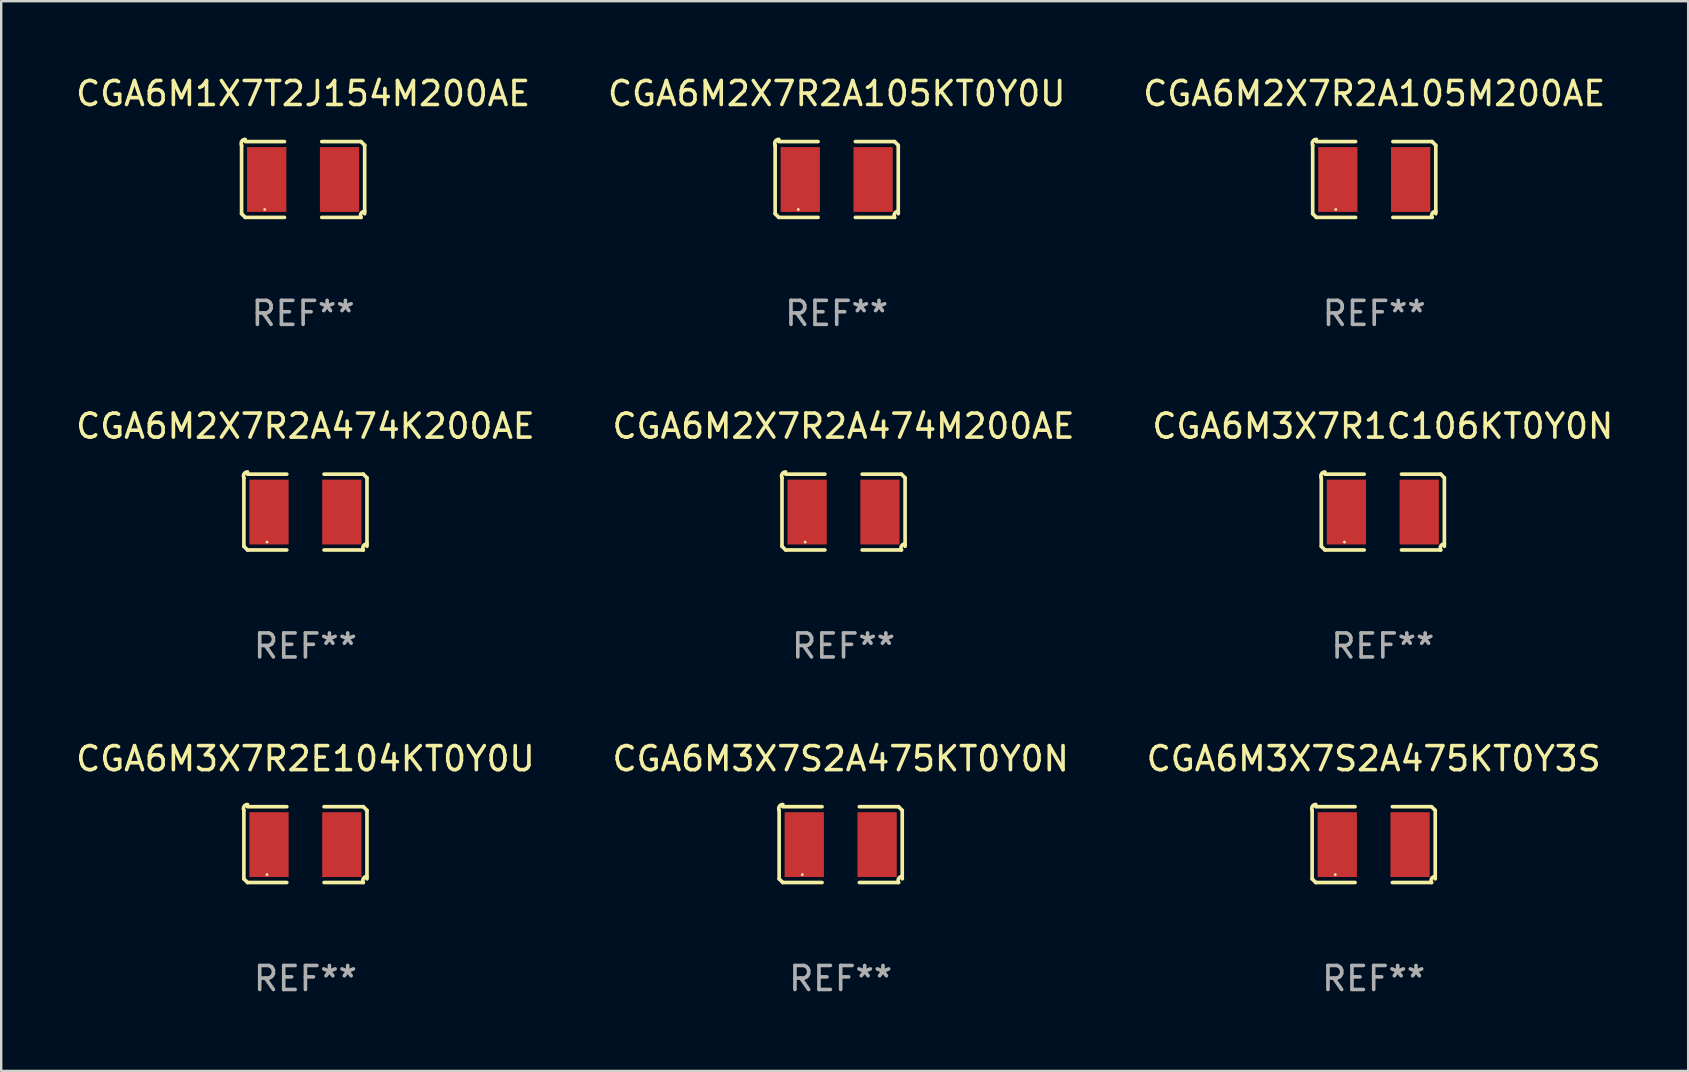
<source format=kicad_pcb>
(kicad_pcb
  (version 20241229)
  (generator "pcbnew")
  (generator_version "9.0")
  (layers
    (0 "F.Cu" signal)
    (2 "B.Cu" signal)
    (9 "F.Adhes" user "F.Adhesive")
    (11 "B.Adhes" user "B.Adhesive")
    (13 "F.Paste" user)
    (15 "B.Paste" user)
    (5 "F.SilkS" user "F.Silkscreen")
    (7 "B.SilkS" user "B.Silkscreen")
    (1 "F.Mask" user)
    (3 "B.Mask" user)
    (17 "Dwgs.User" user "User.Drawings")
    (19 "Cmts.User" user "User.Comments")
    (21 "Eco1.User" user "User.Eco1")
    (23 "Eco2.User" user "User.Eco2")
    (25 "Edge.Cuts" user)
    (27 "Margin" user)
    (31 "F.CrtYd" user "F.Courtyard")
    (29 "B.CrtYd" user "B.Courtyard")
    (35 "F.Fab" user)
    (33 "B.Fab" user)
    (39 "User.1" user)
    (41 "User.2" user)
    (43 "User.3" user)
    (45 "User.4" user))
  (footprint "CGA6M3X7S2A475KT0Y3S"
    (layer "F.Cu")
    (at 54.173 32.134)
    (property "Reference" "CGA6M3X7S2A475KT0Y3S" (at 0 -3.579 0) (layer "F.SilkS") (effects (font (size 1 1) (thickness 0.15))))
    (attr through_hole)
    (fp_line (start -2.564 1.426) (end -2.564 -1.426) (stroke (width 0.152) (type solid)) (layer "F.SilkS"))
    (fp_line (start -2.411 -1.579) (end -0.776 -1.579) (stroke (width 0.152) (type solid)) (layer "F.SilkS"))
    (fp_line (start -0.776 1.579) (end -2.411 1.579) (stroke (width 0.152) (type solid)) (layer "F.SilkS"))
    (fp_line (start 0.776 1.579) (end 2.411 1.579) (stroke (width 0.152) (type solid)) (layer "F.SilkS"))
    (fp_line (start 2.411 -1.579) (end 0.776 -1.579) (stroke (width 0.152) (type solid)) (layer "F.SilkS"))
    (fp_line (start 2.564 1.426) (end 2.564 -1.426) (stroke (width 0.152) (type solid)) (layer "F.SilkS"))
    (fp_arc (start -2.563602 -1.426213) (mid -2.555597 -1.591233) (end -2.411201 -1.671518) (stroke (width 0.1524) (type solid)) (layer "F.SilkS"))
    (fp_arc (start -2.5636 1.426214) (mid -2.487389 1.502402) (end -2.411201 1.578613) (stroke (width 0.1524) (type solid)) (layer "F.SilkS"))
    (fp_arc (start 2.411197 -1.578618) (mid 2.487403 -1.502419) (end 2.563602 -1.426213) (stroke (width 0.1524) (type solid)) (layer "F.SilkS"))
    (fp_arc (start 2.411201 1.578613) (mid 2.416214 1.409455) (end 2.563602 1.32629) (stroke (width 0.1524) (type solid)) (layer "F.SilkS"))
    (fp_circle (center -1.6 1.25) (end -1.57 1.25) (stroke (width 0.06) (type solid)) (fill no) (layer "F.SilkS"))
    (fp_text user "REF**" (at 0 5.579 0) (layer "F.Fab") (effects (font (size 1 1) (thickness 0.15))))
    (pad "1" smd rect (at -1.517 0) (size 1.635 2.7) (layers "F.Cu" "F.Mask" "F.Paste"))
    (pad "2" smd rect (at 1.517 0) (size 1.635 2.7) (layers "F.Cu" "F.Mask" "F.Paste")))
  (footprint "CGA6M3X7R1C106KT0Y0N"
    (layer "F.Cu")
    (at 54.554 18.281)
    (property "Reference" "CGA6M3X7R1C106KT0Y0N" (at 0 -3.579 0) (layer "F.SilkS") (effects (font (size 1 1) (thickness 0.15))))
    (attr through_hole)
    (fp_line (start -2.564 1.426) (end -2.564 -1.426) (stroke (width 0.152) (type solid)) (layer "F.SilkS"))
    (fp_line (start -2.411 -1.579) (end -0.776 -1.579) (stroke (width 0.152) (type solid)) (layer "F.SilkS"))
    (fp_line (start -0.776 1.579) (end -2.411 1.579) (stroke (width 0.152) (type solid)) (layer "F.SilkS"))
    (fp_line (start 0.776 1.579) (end 2.411 1.579) (stroke (width 0.152) (type solid)) (layer "F.SilkS"))
    (fp_line (start 2.411 -1.579) (end 0.776 -1.579) (stroke (width 0.152) (type solid)) (layer "F.SilkS"))
    (fp_line (start 2.564 1.426) (end 2.564 -1.426) (stroke (width 0.152) (type solid)) (layer "F.SilkS"))
    (fp_arc (start -2.563602 -1.426213) (mid -2.555597 -1.591233) (end -2.411201 -1.671518) (stroke (width 0.1524) (type solid)) (layer "F.SilkS"))
    (fp_arc (start -2.5636 1.426214) (mid -2.487389 1.502402) (end -2.411201 1.578613) (stroke (width 0.1524) (type solid)) (layer "F.SilkS"))
    (fp_arc (start 2.411197 -1.578618) (mid 2.487403 -1.502419) (end 2.563602 -1.426213) (stroke (width 0.1524) (type solid)) (layer "F.SilkS"))
    (fp_arc (start 2.411201 1.578613) (mid 2.416214 1.409455) (end 2.563602 1.32629) (stroke (width 0.1524) (type solid)) (layer "F.SilkS"))
    (fp_circle (center -1.6 1.25) (end -1.57 1.25) (stroke (width 0.06) (type solid)) (fill no) (layer "F.SilkS"))
    (fp_text user "REF**" (at 0 5.579 0) (layer "F.Fab") (effects (font (size 1 1) (thickness 0.15))))
    (pad "1" smd rect (at -1.517 0) (size 1.635 2.7) (layers "F.Cu" "F.Mask" "F.Paste"))
    (pad "2" smd rect (at 1.517 0) (size 1.635 2.7) (layers "F.Cu" "F.Mask" "F.Paste")))
  (footprint "CGA6M2X7R2A474K200AE"
    (layer "F.Cu")
    (at 9.673 18.281)
    (property "Reference" "CGA6M2X7R2A474K200AE" (at 0 -3.579 0) (layer "F.SilkS") (effects (font (size 1 1) (thickness 0.15))))
    (attr through_hole)
    (fp_line (start -2.564 1.426) (end -2.564 -1.426) (stroke (width 0.152) (type solid)) (layer "F.SilkS"))
    (fp_line (start -2.411 -1.579) (end -0.776 -1.579) (stroke (width 0.152) (type solid)) (layer "F.SilkS"))
    (fp_line (start -0.776 1.579) (end -2.411 1.579) (stroke (width 0.152) (type solid)) (layer "F.SilkS"))
    (fp_line (start 0.776 1.579) (end 2.411 1.579) (stroke (width 0.152) (type solid)) (layer "F.SilkS"))
    (fp_line (start 2.411 -1.579) (end 0.776 -1.579) (stroke (width 0.152) (type solid)) (layer "F.SilkS"))
    (fp_line (start 2.564 1.426) (end 2.564 -1.426) (stroke (width 0.152) (type solid)) (layer "F.SilkS"))
    (fp_arc (start -2.563602 -1.426213) (mid -2.555597 -1.591233) (end -2.411201 -1.671518) (stroke (width 0.1524) (type solid)) (layer "F.SilkS"))
    (fp_arc (start -2.5636 1.426214) (mid -2.487389 1.502402) (end -2.411201 1.578613) (stroke (width 0.1524) (type solid)) (layer "F.SilkS"))
    (fp_arc (start 2.411197 -1.578618) (mid 2.487403 -1.502419) (end 2.563602 -1.426213) (stroke (width 0.1524) (type solid)) (layer "F.SilkS"))
    (fp_arc (start 2.411201 1.578613) (mid 2.416214 1.409455) (end 2.563602 1.32629) (stroke (width 0.1524) (type solid)) (layer "F.SilkS"))
    (fp_circle (center -1.6 1.25) (end -1.57 1.25) (stroke (width 0.06) (type solid)) (fill no) (layer "F.SilkS"))
    (fp_text user "REF**" (at 0 5.579 0) (layer "F.Fab") (effects (font (size 1 1) (thickness 0.15))))
    (pad "1" smd rect (at -1.517 0) (size 1.635 2.7) (layers "F.Cu" "F.Mask" "F.Paste"))
    (pad "2" smd rect (at 1.517 0) (size 1.635 2.7) (layers "F.Cu" "F.Mask" "F.Paste")))
  (footprint "CGA6M3X7S2A475KT0Y0N"
    (layer "F.Cu")
    (at 31.97 32.134)
    (property "Reference" "CGA6M3X7S2A475KT0Y0N" (at 0 -3.579 0) (layer "F.SilkS") (effects (font (size 1 1) (thickness 0.15))))
    (attr through_hole)
    (fp_line (start -2.564 1.426) (end -2.564 -1.426) (stroke (width 0.152) (type solid)) (layer "F.SilkS"))
    (fp_line (start -2.411 -1.579) (end -0.776 -1.579) (stroke (width 0.152) (type solid)) (layer "F.SilkS"))
    (fp_line (start -0.776 1.579) (end -2.411 1.579) (stroke (width 0.152) (type solid)) (layer "F.SilkS"))
    (fp_line (start 0.776 1.579) (end 2.411 1.579) (stroke (width 0.152) (type solid)) (layer "F.SilkS"))
    (fp_line (start 2.411 -1.579) (end 0.776 -1.579) (stroke (width 0.152) (type solid)) (layer "F.SilkS"))
    (fp_line (start 2.564 1.426) (end 2.564 -1.426) (stroke (width 0.152) (type solid)) (layer "F.SilkS"))
    (fp_arc (start -2.563602 -1.426213) (mid -2.555597 -1.591233) (end -2.411201 -1.671518) (stroke (width 0.1524) (type solid)) (layer "F.SilkS"))
    (fp_arc (start -2.5636 1.426214) (mid -2.487389 1.502402) (end -2.411201 1.578613) (stroke (width 0.1524) (type solid)) (layer "F.SilkS"))
    (fp_arc (start 2.411197 -1.578618) (mid 2.487403 -1.502419) (end 2.563602 -1.426213) (stroke (width 0.1524) (type solid)) (layer "F.SilkS"))
    (fp_arc (start 2.411201 1.578613) (mid 2.416214 1.409455) (end 2.563602 1.32629) (stroke (width 0.1524) (type solid)) (layer "F.SilkS"))
    (fp_circle (center -1.6 1.25) (end -1.57 1.25) (stroke (width 0.06) (type solid)) (fill no) (layer "F.SilkS"))
    (fp_text user "REF**" (at 0 5.579 0) (layer "F.Fab") (effects (font (size 1 1) (thickness 0.15))))
    (pad "1" smd rect (at -1.517 0) (size 1.635 2.7) (layers "F.Cu" "F.Mask" "F.Paste"))
    (pad "2" smd rect (at 1.517 0) (size 1.635 2.7) (layers "F.Cu" "F.Mask" "F.Paste")))
  (footprint "CGA6M1X7T2J154M200AE"
    (layer "F.Cu")
    (at 9.577 4.427)
    (property "Reference" "CGA6M1X7T2J154M200AE" (at 0 -3.579 0) (layer "F.SilkS") (effects (font (size 1 1) (thickness 0.15))))
    (attr through_hole)
    (fp_line (start -2.564 1.426) (end -2.564 -1.426) (stroke (width 0.152) (type solid)) (layer "F.SilkS"))
    (fp_line (start -2.411 -1.579) (end -0.776 -1.579) (stroke (width 0.152) (type solid)) (layer "F.SilkS"))
    (fp_line (start -0.776 1.579) (end -2.411 1.579) (stroke (width 0.152) (type solid)) (layer "F.SilkS"))
    (fp_line (start 0.776 1.579) (end 2.411 1.579) (stroke (width 0.152) (type solid)) (layer "F.SilkS"))
    (fp_line (start 2.411 -1.579) (end 0.776 -1.579) (stroke (width 0.152) (type solid)) (layer "F.SilkS"))
    (fp_line (start 2.564 1.426) (end 2.564 -1.426) (stroke (width 0.152) (type solid)) (layer "F.SilkS"))
    (fp_arc (start -2.563602 -1.426213) (mid -2.555597 -1.591233) (end -2.411201 -1.671518) (stroke (width 0.1524) (type solid)) (layer "F.SilkS"))
    (fp_arc (start -2.5636 1.426214) (mid -2.487389 1.502402) (end -2.411201 1.578613) (stroke (width 0.1524) (type solid)) (layer "F.SilkS"))
    (fp_arc (start 2.411197 -1.578618) (mid 2.487403 -1.502419) (end 2.563602 -1.426213) (stroke (width 0.1524) (type solid)) (layer "F.SilkS"))
    (fp_arc (start 2.411201 1.578613) (mid 2.416214 1.409455) (end 2.563602 1.32629) (stroke (width 0.1524) (type solid)) (layer "F.SilkS"))
    (fp_circle (center -1.6 1.25) (end -1.57 1.25) (stroke (width 0.06) (type solid)) (fill no) (layer "F.SilkS"))
    (fp_text user "REF**" (at 0 5.579 0) (layer "F.Fab") (effects (font (size 1 1) (thickness 0.15))))
    (pad "1" smd rect (at -1.517 0) (size 1.635 2.7) (layers "F.Cu" "F.Mask" "F.Paste"))
    (pad "2" smd rect (at 1.517 0) (size 1.635 2.7) (layers "F.Cu" "F.Mask" "F.Paste")))
  (footprint "CGA6M2X7R2A105M200AE"
    (layer "F.Cu")
    (at 54.196 4.427)
    (property "Reference" "CGA6M2X7R2A105M200AE" (at 0 -3.579 0) (layer "F.SilkS") (effects (font (size 1 1) (thickness 0.15))))
    (attr through_hole)
    (fp_line (start -2.564 1.426) (end -2.564 -1.426) (stroke (width 0.152) (type solid)) (layer "F.SilkS"))
    (fp_line (start -2.411 -1.579) (end -0.776 -1.579) (stroke (width 0.152) (type solid)) (layer "F.SilkS"))
    (fp_line (start -0.776 1.579) (end -2.411 1.579) (stroke (width 0.152) (type solid)) (layer "F.SilkS"))
    (fp_line (start 0.776 1.579) (end 2.411 1.579) (stroke (width 0.152) (type solid)) (layer "F.SilkS"))
    (fp_line (start 2.411 -1.579) (end 0.776 -1.579) (stroke (width 0.152) (type solid)) (layer "F.SilkS"))
    (fp_line (start 2.564 1.426) (end 2.564 -1.426) (stroke (width 0.152) (type solid)) (layer "F.SilkS"))
    (fp_arc (start -2.563602 -1.426213) (mid -2.555597 -1.591233) (end -2.411201 -1.671518) (stroke (width 0.1524) (type solid)) (layer "F.SilkS"))
    (fp_arc (start -2.5636 1.426214) (mid -2.487389 1.502402) (end -2.411201 1.578613) (stroke (width 0.1524) (type solid)) (layer "F.SilkS"))
    (fp_arc (start 2.411197 -1.578618) (mid 2.487403 -1.502419) (end 2.563602 -1.426213) (stroke (width 0.1524) (type solid)) (layer "F.SilkS"))
    (fp_arc (start 2.411201 1.578613) (mid 2.416214 1.409455) (end 2.563602 1.32629) (stroke (width 0.1524) (type solid)) (layer "F.SilkS"))
    (fp_circle (center -1.6 1.25) (end -1.57 1.25) (stroke (width 0.06) (type solid)) (fill no) (layer "F.SilkS"))
    (fp_text user "REF**" (at 0 5.579 0) (layer "F.Fab") (effects (font (size 1 1) (thickness 0.15))))
    (pad "1" smd rect (at -1.517 0) (size 1.635 2.7) (layers "F.Cu" "F.Mask" "F.Paste"))
    (pad "2" smd rect (at 1.517 0) (size 1.635 2.7) (layers "F.Cu" "F.Mask" "F.Paste")))
  (footprint "CGA6M2X7R2A474M200AE"
    (layer "F.Cu")
    (at 32.089 18.281)
    (property "Reference" "CGA6M2X7R2A474M200AE" (at 0 -3.579 0) (layer "F.SilkS") (effects (font (size 1 1) (thickness 0.15))))
    (attr through_hole)
    (fp_line (start -2.564 1.426) (end -2.564 -1.426) (stroke (width 0.152) (type solid)) (layer "F.SilkS"))
    (fp_line (start -2.411 -1.579) (end -0.776 -1.579) (stroke (width 0.152) (type solid)) (layer "F.SilkS"))
    (fp_line (start -0.776 1.579) (end -2.411 1.579) (stroke (width 0.152) (type solid)) (layer "F.SilkS"))
    (fp_line (start 0.776 1.579) (end 2.411 1.579) (stroke (width 0.152) (type solid)) (layer "F.SilkS"))
    (fp_line (start 2.411 -1.579) (end 0.776 -1.579) (stroke (width 0.152) (type solid)) (layer "F.SilkS"))
    (fp_line (start 2.564 1.426) (end 2.564 -1.426) (stroke (width 0.152) (type solid)) (layer "F.SilkS"))
    (fp_arc (start -2.563602 -1.426213) (mid -2.555597 -1.591233) (end -2.411201 -1.671518) (stroke (width 0.1524) (type solid)) (layer "F.SilkS"))
    (fp_arc (start -2.5636 1.426214) (mid -2.487389 1.502402) (end -2.411201 1.578613) (stroke (width 0.1524) (type solid)) (layer "F.SilkS"))
    (fp_arc (start 2.411197 -1.578618) (mid 2.487403 -1.502419) (end 2.563602 -1.426213) (stroke (width 0.1524) (type solid)) (layer "F.SilkS"))
    (fp_arc (start 2.411201 1.578613) (mid 2.416214 1.409455) (end 2.563602 1.32629) (stroke (width 0.1524) (type solid)) (layer "F.SilkS"))
    (fp_circle (center -1.6 1.25) (end -1.57 1.25) (stroke (width 0.06) (type solid)) (fill no) (layer "F.SilkS"))
    (fp_text user "REF**" (at 0 5.579 0) (layer "F.Fab") (effects (font (size 1 1) (thickness 0.15))))
    (pad "1" smd rect (at -1.517 0) (size 1.635 2.7) (layers "F.Cu" "F.Mask" "F.Paste"))
    (pad "2" smd rect (at 1.517 0) (size 1.635 2.7) (layers "F.Cu" "F.Mask" "F.Paste")))
  (footprint "CGA6M2X7R2A105KT0Y0U"
    (layer "F.Cu")
    (at 31.804 4.427)
    (property "Reference" "CGA6M2X7R2A105KT0Y0U" (at 0 -3.579 0) (layer "F.SilkS") (effects (font (size 1 1) (thickness 0.15))))
    (attr through_hole)
    (fp_line (start -2.564 1.426) (end -2.564 -1.426) (stroke (width 0.152) (type solid)) (layer "F.SilkS"))
    (fp_line (start -2.411 -1.579) (end -0.776 -1.579) (stroke (width 0.152) (type solid)) (layer "F.SilkS"))
    (fp_line (start -0.776 1.579) (end -2.411 1.579) (stroke (width 0.152) (type solid)) (layer "F.SilkS"))
    (fp_line (start 0.776 1.579) (end 2.411 1.579) (stroke (width 0.152) (type solid)) (layer "F.SilkS"))
    (fp_line (start 2.411 -1.579) (end 0.776 -1.579) (stroke (width 0.152) (type solid)) (layer "F.SilkS"))
    (fp_line (start 2.564 1.426) (end 2.564 -1.426) (stroke (width 0.152) (type solid)) (layer "F.SilkS"))
    (fp_arc (start -2.563602 -1.426213) (mid -2.555597 -1.591233) (end -2.411201 -1.671518) (stroke (width 0.1524) (type solid)) (layer "F.SilkS"))
    (fp_arc (start -2.5636 1.426214) (mid -2.487389 1.502402) (end -2.411201 1.578613) (stroke (width 0.1524) (type solid)) (layer "F.SilkS"))
    (fp_arc (start 2.411197 -1.578618) (mid 2.487403 -1.502419) (end 2.563602 -1.426213) (stroke (width 0.1524) (type solid)) (layer "F.SilkS"))
    (fp_arc (start 2.411201 1.578613) (mid 2.416214 1.409455) (end 2.563602 1.32629) (stroke (width 0.1524) (type solid)) (layer "F.SilkS"))
    (fp_circle (center -1.6 1.25) (end -1.57 1.25) (stroke (width 0.06) (type solid)) (fill no) (layer "F.SilkS"))
    (fp_text user "REF**" (at 0 5.579 0) (layer "F.Fab") (effects (font (size 1 1) (thickness 0.15))))
    (pad "1" smd rect (at -1.517 0) (size 1.635 2.7) (layers "F.Cu" "F.Mask" "F.Paste"))
    (pad "2" smd rect (at 1.517 0) (size 1.635 2.7) (layers "F.Cu" "F.Mask" "F.Paste")))
  (footprint "CGA6M3X7R2E104KT0Y0U"
    (layer "F.Cu")
    (at 9.673 32.134)
    (property "Reference" "CGA6M3X7R2E104KT0Y0U" (at 0 -3.579 0) (layer "F.SilkS") (effects (font (size 1 1) (thickness 0.15))))
    (attr through_hole)
    (fp_line (start -2.564 1.426) (end -2.564 -1.426) (stroke (width 0.152) (type solid)) (layer "F.SilkS"))
    (fp_line (start -2.411 -1.579) (end -0.776 -1.579) (stroke (width 0.152) (type solid)) (layer "F.SilkS"))
    (fp_line (start -0.776 1.579) (end -2.411 1.579) (stroke (width 0.152) (type solid)) (layer "F.SilkS"))
    (fp_line (start 0.776 1.579) (end 2.411 1.579) (stroke (width 0.152) (type solid)) (layer "F.SilkS"))
    (fp_line (start 2.411 -1.579) (end 0.776 -1.579) (stroke (width 0.152) (type solid)) (layer "F.SilkS"))
    (fp_line (start 2.564 1.426) (end 2.564 -1.426) (stroke (width 0.152) (type solid)) (layer "F.SilkS"))
    (fp_arc (start -2.563602 -1.426213) (mid -2.555597 -1.591233) (end -2.411201 -1.671518) (stroke (width 0.1524) (type solid)) (layer "F.SilkS"))
    (fp_arc (start -2.5636 1.426214) (mid -2.487389 1.502402) (end -2.411201 1.578613) (stroke (width 0.1524) (type solid)) (layer "F.SilkS"))
    (fp_arc (start 2.411197 -1.578618) (mid 2.487403 -1.502419) (end 2.563602 -1.426213) (stroke (width 0.1524) (type solid)) (layer "F.SilkS"))
    (fp_arc (start 2.411201 1.578613) (mid 2.416214 1.409455) (end 2.563602 1.32629) (stroke (width 0.1524) (type solid)) (layer "F.SilkS"))
    (fp_circle (center -1.6 1.25) (end -1.57 1.25) (stroke (width 0.06) (type solid)) (fill no) (layer "F.SilkS"))
    (fp_text user "REF**" (at 0 5.579 0) (layer "F.Fab") (effects (font (size 1 1) (thickness 0.15))))
    (pad "1" smd rect (at -1.517 0) (size 1.635 2.7) (layers "F.Cu" "F.Mask" "F.Paste"))
    (pad "2" smd rect (at 1.517 0) (size 1.635 2.7) (layers "F.Cu" "F.Mask" "F.Paste")))
  (gr_rect
    (start -3 -3)
    (end 67.274 41.561)
    (stroke (width 0.1) (type default))
    (fill no)
    (layer "Edge.Cuts")))
</source>
